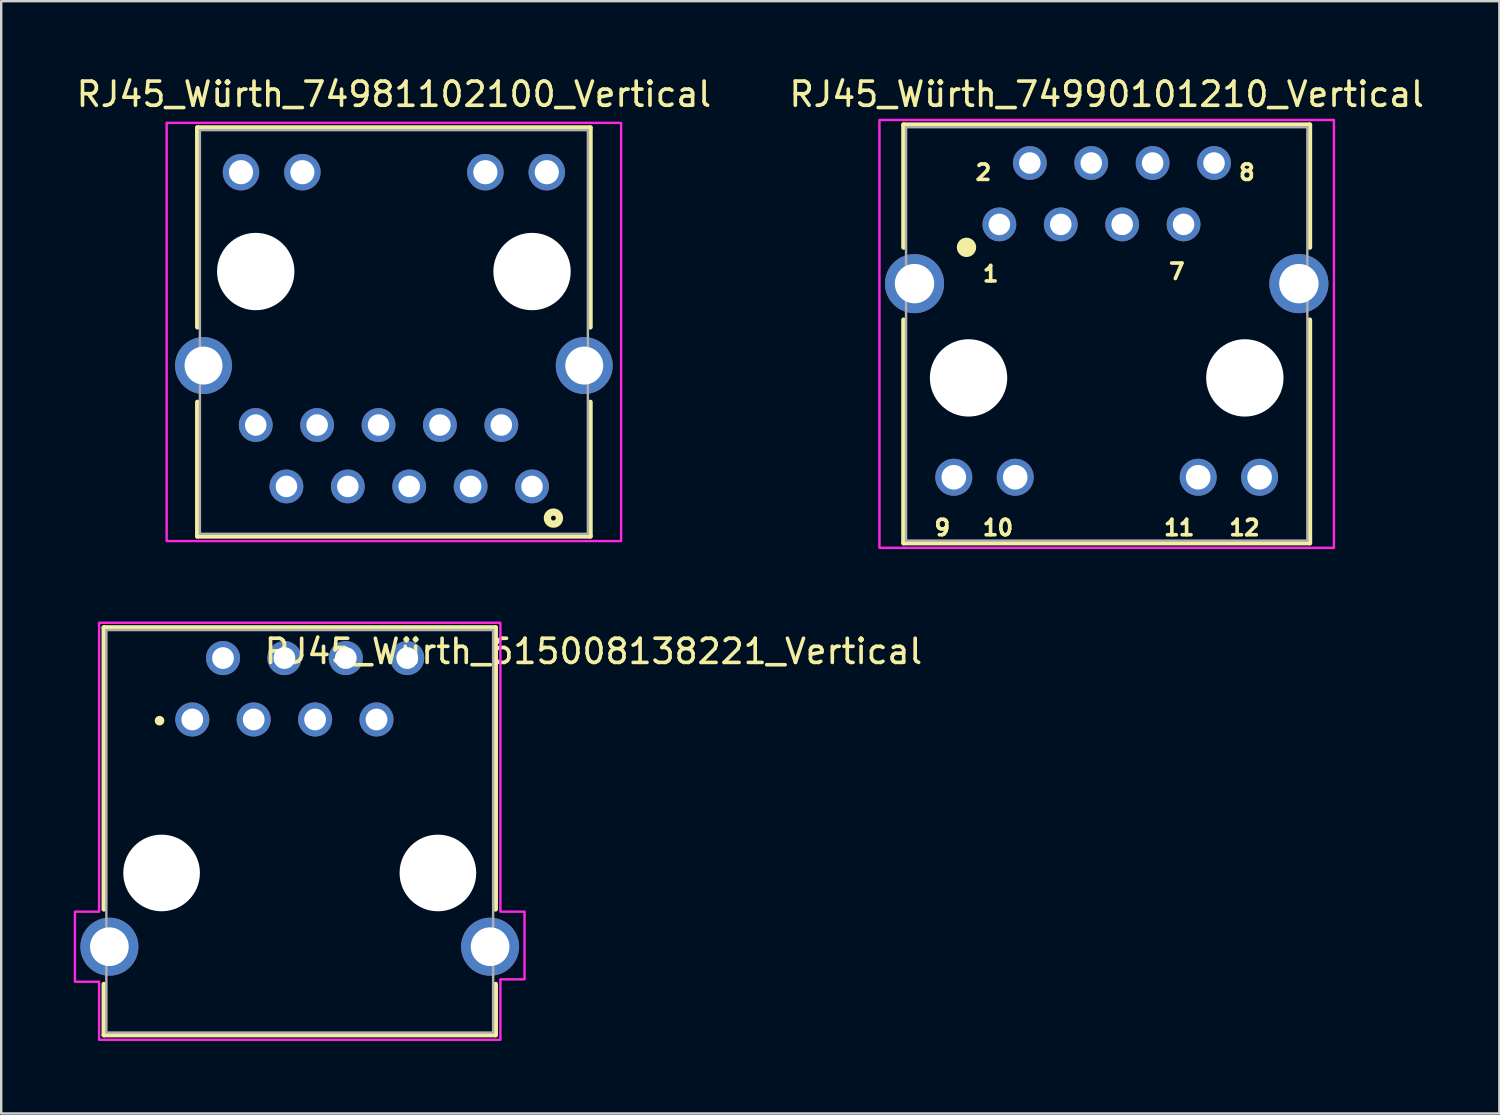
<source format=kicad_pcb>
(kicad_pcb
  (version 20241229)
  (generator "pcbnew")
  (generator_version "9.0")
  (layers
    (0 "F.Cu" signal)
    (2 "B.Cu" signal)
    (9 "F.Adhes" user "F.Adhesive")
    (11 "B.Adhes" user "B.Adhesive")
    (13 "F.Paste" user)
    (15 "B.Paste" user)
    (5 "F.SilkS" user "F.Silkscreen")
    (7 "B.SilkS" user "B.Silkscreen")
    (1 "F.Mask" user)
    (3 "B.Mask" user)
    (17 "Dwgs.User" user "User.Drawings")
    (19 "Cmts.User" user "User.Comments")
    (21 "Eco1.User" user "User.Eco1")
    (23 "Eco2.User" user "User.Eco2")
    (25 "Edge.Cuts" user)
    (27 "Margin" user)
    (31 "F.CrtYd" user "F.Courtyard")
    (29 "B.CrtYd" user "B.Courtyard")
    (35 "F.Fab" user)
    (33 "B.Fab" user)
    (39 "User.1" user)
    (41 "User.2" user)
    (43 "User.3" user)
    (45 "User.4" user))
  (footprint "RJ45_Würth_615008138221_Vertical"
    (layer "F.Cu")
    (at 9.35 31.338)
    (property "Reference" "RJ45_Würth_615008138221_Vertical" (at 12.15 -7.44 0) (layer "F.SilkS") (effects (font (size 1 1) (thickness 0.15))))
    (attr through_hole)
    (fp_line (start -8.1 -8.425) (end 8.1 -8.425) (stroke (width 0.2) (type solid)) (layer "F.SilkS"))
    (fp_line (start -8.1 3.225) (end -8.1 -8.425) (stroke (width 0.2) (type solid)) (layer "F.SilkS"))
    (fp_line (start -8.1 6.325) (end -8.1 8.425) (stroke (width 0.2) (type solid)) (layer "F.SilkS"))
    (fp_line (start -8.1 8.425) (end 8.1 8.425) (stroke (width 0.2) (type solid)) (layer "F.SilkS"))
    (fp_line (start 8.1 -8.425) (end 8.1 3.225) (stroke (width 0.2) (type solid)) (layer "F.SilkS"))
    (fp_line (start 8.1 8.425) (end 8.1 6.325) (stroke (width 0.2) (type solid)) (layer "F.SilkS"))
    (fp_circle (center -5.8 -4.575) (end -5.7 -4.575) (stroke (width 0.2) (type solid)) (fill no) (layer "F.SilkS"))
    (fp_poly (pts (xy -8.3 -8.625) (xy 8.3 -8.625) (xy 8.3 3.325) (xy 9.3 3.325) (xy 9.3 6.125) (xy 8.3 6.125) (xy 8.3 8.625) (xy -8.3 8.625) (xy -8.3 6.225) (xy -9.3 6.225) (xy -9.3 3.325) (xy -8.3 3.325)) (stroke (width 0.1) (type solid)) (fill no) (layer "F.CrtYd"))
    (fp_line (start -8 -8.325) (end 8 -8.325) (stroke (width 0.1) (type solid)) (layer "F.Fab"))
    (fp_line (start -8 8.325) (end -8 -8.325) (stroke (width 0.1) (type solid)) (layer "F.Fab"))
    (fp_line (start 8 -8.325) (end 8 8.325) (stroke (width 0.1) (type solid)) (layer "F.Fab"))
    (fp_line (start 8 8.325) (end -8 8.325) (stroke (width 0.1) (type solid)) (layer "F.Fab"))
    (pad "" np_thru_hole circle (at -5.715 1.725) (size 3.17 3.17) (drill 3.17) (layers "*.Cu" "*.Mask"))
    (pad "" np_thru_hole circle (at 5.715 1.725) (size 3.17 3.17) (drill 3.17) (layers "*.Cu" "*.Mask"))
    (pad "1" thru_hole circle (at -4.445 -4.625) (size 1.408 1.408) (drill 0.9) (layers "*.Cu" "*.Mask"))
    (pad "2" thru_hole circle (at -3.175 -7.165) (size 1.408 1.408) (drill 0.9) (layers "*.Cu" "*.Mask"))
    (pad "3" thru_hole circle (at -1.905 -4.625) (size 1.408 1.408) (drill 0.9) (layers "*.Cu" "*.Mask"))
    (pad "4" thru_hole circle (at -0.635 -7.165) (size 1.408 1.408) (drill 0.9) (layers "*.Cu" "*.Mask"))
    (pad "5" thru_hole circle (at 0.635 -4.625) (size 1.408 1.408) (drill 0.9) (layers "*.Cu" "*.Mask"))
    (pad "6" thru_hole circle (at 1.905 -7.165) (size 1.408 1.408) (drill 0.9) (layers "*.Cu" "*.Mask"))
    (pad "7" thru_hole circle (at 3.175 -4.625) (size 1.408 1.408) (drill 0.9) (layers "*.Cu" "*.Mask"))
    (pad "8" thru_hole circle (at 4.445 -7.165) (size 1.408 1.408) (drill 0.9) (layers "*.Cu" "*.Mask"))
    (pad "SH" thru_hole circle (at -7.875 4.775) (size 2.4 2.4) (drill 1.6) (layers "*.Cu" "*.Mask"))
    (pad "SH" thru_hole circle (at 7.875 4.775) (size 2.4 2.4) (drill 1.6) (layers "*.Cu" "*.Mask")))
  (footprint "RJ45_Würth_74981102100_Vertical"
    (layer "F.Cu")
    (at 13.244 8.183)
    (property "Reference" "RJ45_Würth_74981102100_Vertical" (at 0 -7.335 0) (layer "F.SilkS") (effects (font (size 1 1) (thickness 0.15))))
    (attr through_hole)
    (fp_line (start -8.125 -5.95) (end -8.125 2.3) (stroke (width 0.2) (type solid)) (layer "F.SilkS"))
    (fp_line (start -8.125 10.95) (end -8.125 5.4) (stroke (width 0.2) (type solid)) (layer "F.SilkS"))
    (fp_line (start 8.125 -5.95) (end -8.125 -5.95) (stroke (width 0.2) (type solid)) (layer "F.SilkS"))
    (fp_line (start 8.125 2.3) (end 8.125 -5.95) (stroke (width 0.2) (type solid)) (layer "F.SilkS"))
    (fp_line (start 8.125 10.95) (end -8.125 10.95) (stroke (width 0.2) (type solid)) (layer "F.SilkS"))
    (fp_line (start 8.125 10.95) (end 8.125 5.4) (stroke (width 0.2) (type solid)) (layer "F.SilkS"))
    (fp_circle (center 6.6 10.2) (end 6.7 10.2) (stroke (width 0.3) (type solid)) (fill no) (layer "F.SilkS"))
    (fp_poly (pts (xy -11.275 2.15) (xy -4.475 2.15) (xy -4.475 4.75) (xy -11.275 4.75)) (stroke (width 0.1) (type solid)) (fill yes) (layer "F.Paste"))
    (fp_poly (pts (xy -7.165 -5.41) (xy -4.965 -5.41) (xy -4.965 -2.81) (xy -7.165 -2.81)) (stroke (width 0.1) (type solid)) (fill yes) (layer "F.Paste"))
    (fp_poly (pts (xy -6.735 5.05) (xy -4.535 5.05) (xy -4.535 7.65) (xy -6.735 7.65)) (stroke (width 0.1) (type solid)) (fill yes) (layer "F.Paste"))
    (fp_poly (pts (xy -5.465 7.95) (xy -3.265 7.95) (xy -3.265 10.55) (xy -5.465 10.55)) (stroke (width 0.1) (type solid)) (fill yes) (layer "F.Paste"))
    (fp_poly (pts (xy -4.625 -5.41) (xy -2.425 -5.41) (xy -2.425 -2.81) (xy -4.625 -2.81)) (stroke (width 0.1) (type solid)) (fill yes) (layer "F.Paste"))
    (fp_poly (pts (xy -4.195 5.05) (xy -1.995 5.05) (xy -1.995 7.65) (xy -4.195 7.65)) (stroke (width 0.1) (type solid)) (fill yes) (layer "F.Paste"))
    (fp_poly (pts (xy -2.925 7.95) (xy -0.725 7.95) (xy -0.725 10.55) (xy -2.925 10.55)) (stroke (width 0.1) (type solid)) (fill yes) (layer "F.Paste"))
    (fp_poly (pts (xy -1.655 5.05) (xy 0.545 5.05) (xy 0.545 7.65) (xy -1.655 7.65)) (stroke (width 0.1) (type solid)) (fill yes) (layer "F.Paste"))
    (fp_poly (pts (xy -0.385 7.95) (xy 1.815 7.95) (xy 1.815 10.55) (xy -0.385 10.55)) (stroke (width 0.1) (type solid)) (fill yes) (layer "F.Paste"))
    (fp_poly (pts (xy 0.885 5.05) (xy 3.085 5.05) (xy 3.085 7.65) (xy 0.885 7.65)) (stroke (width 0.1) (type solid)) (fill yes) (layer "F.Paste"))
    (fp_poly (pts (xy 2.155 7.95) (xy 4.355 7.95) (xy 4.355 10.55) (xy 2.155 10.55)) (stroke (width 0.1) (type solid)) (fill yes) (layer "F.Paste"))
    (fp_poly (pts (xy 2.945 -5.41) (xy 5.145 -5.41) (xy 5.145 -2.81) (xy 2.945 -2.81)) (stroke (width 0.1) (type solid)) (fill yes) (layer "F.Paste"))
    (fp_poly (pts (xy 3.425 5.05) (xy 5.625 5.05) (xy 5.625 7.65) (xy 3.425 7.65)) (stroke (width 0.1) (type solid)) (fill yes) (layer "F.Paste"))
    (fp_poly (pts (xy 4.475 2.15) (xy 11.275 2.15) (xy 11.275 4.75) (xy 4.475 4.75)) (stroke (width 0.1) (type solid)) (fill yes) (layer "F.Paste"))
    (fp_poly (pts (xy 4.695 7.95) (xy 8.195 7.95) (xy 8.195 9.55) (xy 4.695 9.55)) (stroke (width 0.1) (type solid)) (fill yes) (layer "F.Paste"))
    (fp_poly (pts (xy 5.485 -5.41) (xy 7.685 -5.41) (xy 7.685 -2.81) (xy 5.485 -2.81)) (stroke (width 0.1) (type solid)) (fill yes) (layer "F.Paste"))
    (fp_poly (pts (xy 9.4 11.15) (xy -9.4 11.15) (xy -9.4 -6.15) (xy 9.4 -6.15)) (stroke (width 0.1) (type solid)) (fill no) (layer "F.CrtYd"))
    (fp_line (start -8.025 -5.85) (end 8.025 -5.85) (stroke (width 0.1) (type solid)) (layer "F.Fab"))
    (fp_line (start -8.025 10.85) (end -8.025 -5.85) (stroke (width 0.1) (type solid)) (layer "F.Fab"))
    (fp_line (start 8.025 -5.85) (end 8.025 10.85) (stroke (width 0.1) (type solid)) (layer "F.Fab"))
    (fp_line (start 8.025 10.85) (end -8.025 10.85) (stroke (width 0.1) (type solid)) (layer "F.Fab"))
    (pad "" np_thru_hole circle (at -5.715 0) (size 3.2 3.2) (drill 3.2) (layers "*.Cu" "*.Mask"))
    (pad "" np_thru_hole circle (at 5.715 0) (size 3.2 3.2) (drill 3.2) (layers "*.Cu" "*.Mask"))
    (pad "1" thru_hole circle (at 5.715 8.89) (size 1.398 1.398) (drill 0.89) (layers "*.Cu" "*.Mask"))
    (pad "2" thru_hole circle (at 4.445 6.35) (size 1.398 1.398) (drill 0.89) (layers "*.Cu" "*.Mask"))
    (pad "3" thru_hole circle (at 3.175 8.89) (size 1.398 1.398) (drill 0.89) (layers "*.Cu" "*.Mask"))
    (pad "4" thru_hole circle (at 1.905 6.35) (size 1.398 1.398) (drill 0.89) (layers "*.Cu" "*.Mask"))
    (pad "5" thru_hole circle (at 0.635 8.89) (size 1.398 1.398) (drill 0.89) (layers "*.Cu" "*.Mask"))
    (pad "6" thru_hole circle (at -0.635 6.35) (size 1.398 1.398) (drill 0.89) (layers "*.Cu" "*.Mask"))
    (pad "7" thru_hole circle (at -1.905 8.89) (size 1.398 1.398) (drill 0.89) (layers "*.Cu" "*.Mask"))
    (pad "8" thru_hole circle (at -3.175 6.35) (size 1.398 1.398) (drill 0.89) (layers "*.Cu" "*.Mask"))
    (pad "9" thru_hole circle (at -4.445 8.89) (size 1.398 1.398) (drill 0.89) (layers "*.Cu" "*.Mask"))
    (pad "10" thru_hole circle (at -5.715 6.35) (size 1.398 1.398) (drill 0.89) (layers "*.Cu" "*.Mask"))
    (pad "11" thru_hole circle (at 6.325 -4.11) (size 1.508 1.508) (drill 1) (layers "*.Cu" "*.Mask"))
    (pad "12" thru_hole circle (at 3.785 -4.11) (size 1.508 1.508) (drill 1) (layers "*.Cu" "*.Mask"))
    (pad "13" thru_hole circle (at -3.785 -4.11) (size 1.508 1.508) (drill 1) (layers "*.Cu" "*.Mask"))
    (pad "14" thru_hole circle (at -6.325 -4.11) (size 1.508 1.508) (drill 1) (layers "*.Cu" "*.Mask"))
    (pad "S1" thru_hole circle (at 7.875 3.89) (size 2.355 2.355) (drill 1.57) (layers "*.Cu" "*.Mask"))
    (pad "S2" thru_hole circle (at -7.875 3.89) (size 2.355 2.355) (drill 1.57) (layers "*.Cu" "*.Mask")))
  (footprint "RJ45_Würth_74990101210_Vertical"
    (layer "F.Cu")
    (at 42.732 12.583)
    (property "Reference" "RJ45_Würth_74990101210_Vertical" (at 0 -11.735 0) (layer "F.SilkS") (effects (font (size 1 1) (thickness 0.15))))
    (attr through_hole)
    (fp_line (start -8.4 -5.4) (end -8.4 -10.47) (stroke (width 0.2) (type solid)) (layer "F.SilkS"))
    (fp_line (start -8.4 -2.4) (end -8.4 6.83) (stroke (width 0.2) (type solid)) (layer "F.SilkS"))
    (fp_line (start 8.4 -10.47) (end -8.4 -10.47) (stroke (width 0.2) (type solid)) (layer "F.SilkS"))
    (fp_line (start 8.4 -5.4) (end 8.4 -10.47) (stroke (width 0.2) (type solid)) (layer "F.SilkS"))
    (fp_line (start 8.4 -2.4) (end 8.4 6.83) (stroke (width 0.2) (type solid)) (layer "F.SilkS"))
    (fp_line (start 8.4 6.83) (end -8.4 6.83) (stroke (width 0.2) (type solid)) (layer "F.SilkS"))
    (fp_circle (center -5.8 -5.4) (end -5.6 -5.4) (stroke (width 0.4) (type solid)) (fill no) (layer "F.SilkS"))
    (fp_poly (pts (xy -9.4 -10.67) (xy 9.4 -10.67) (xy 9.4 7.03) (xy -9.4 7.03)) (stroke (width 0.1) (type solid)) (fill no) (layer "F.CrtYd"))
    (fp_line (start -8.3 -10.37) (end 8.3 -10.37) (stroke (width 0.1) (type solid)) (layer "F.Fab"))
    (fp_line (start -8.3 6.73) (end -8.3 -10.37) (stroke (width 0.1) (type solid)) (layer "F.Fab"))
    (fp_line (start 8.3 -10.37) (end 8.3 6.73) (stroke (width 0.1) (type solid)) (layer "F.Fab"))
    (fp_line (start 8.3 6.73) (end -8.3 6.73) (stroke (width 0.1) (type solid)) (layer "F.Fab"))
    (fp_text user "7" (at 2.9 -4.4 0) (layer "F.SilkS") (effects (font (size 0.64 0.64) (thickness 0.15))))
    (fp_text user "12" (at 5.7 6.2 0) (layer "F.SilkS") (effects (font (size 0.64 0.64) (thickness 0.15))))
    (fp_text user "10" (at -4.5 6.2 0) (layer "F.SilkS") (effects (font (size 0.64 0.64) (thickness 0.15))))
    (fp_text user "2" (at -5.1 -8.5 0) (layer "F.SilkS") (effects (font (size 0.64 0.64) (thickness 0.15))))
    (fp_text user "8" (at 5.8 -8.5 0) (layer "F.SilkS") (effects (font (size 0.64 0.64) (thickness 0.15))))
    (fp_text user "9" (at -6.8 6.2 0) (layer "F.SilkS") (effects (font (size 0.64 0.64) (thickness 0.15))))
    (fp_text user "1" (at -4.8 -4.3 0) (layer "F.SilkS") (effects (font (size 0.64 0.64) (thickness 0.15))))
    (fp_text user "11" (at 3 6.2 0) (layer "F.SilkS") (effects (font (size 0.64 0.64) (thickness 0.15))))
    (pad "" np_thru_hole circle (at -5.715 0) (size 3.2 3.2) (drill 3.2) (layers "*.Cu" "*.Mask"))
    (pad "" np_thru_hole circle (at 5.715 0) (size 3.2 3.2) (drill 3.2) (layers "*.Cu" "*.Mask"))
    (pad "1" thru_hole circle (at -4.44 -6.35) (size 1.398 1.398) (drill 0.89) (layers "*.Cu" "*.Mask"))
    (pad "2" thru_hole circle (at -3.18 -8.89) (size 1.398 1.398) (drill 0.89) (layers "*.Cu" "*.Mask"))
    (pad "3" thru_hole circle (at -1.9 -6.35) (size 1.398 1.398) (drill 0.89) (layers "*.Cu" "*.Mask"))
    (pad "4" thru_hole circle (at -0.64 -8.89) (size 1.398 1.398) (drill 0.89) (layers "*.Cu" "*.Mask"))
    (pad "5" thru_hole circle (at 0.64 -6.35) (size 1.398 1.398) (drill 0.89) (layers "*.Cu" "*.Mask"))
    (pad "6" thru_hole circle (at 1.9 -8.89) (size 1.398 1.398) (drill 0.89) (layers "*.Cu" "*.Mask"))
    (pad "7" thru_hole circle (at 3.18 -6.35) (size 1.398 1.398) (drill 0.89) (layers "*.Cu" "*.Mask"))
    (pad "8" thru_hole circle (at 4.44 -8.89) (size 1.398 1.398) (drill 0.89) (layers "*.Cu" "*.Mask"))
    (pad "9" thru_hole circle (at -6.325 4.11) (size 1.53 1.53) (drill 1.02) (layers "*.Cu" "*.Mask"))
    (pad "10" thru_hole circle (at -3.785 4.11) (size 1.53 1.53) (drill 1.02) (layers "*.Cu" "*.Mask"))
    (pad "11" thru_hole circle (at 3.785 4.11) (size 1.53 1.53) (drill 1.02) (layers "*.Cu" "*.Mask"))
    (pad "12" thru_hole circle (at 6.325 4.11) (size 1.53 1.53) (drill 1.02) (layers "*.Cu" "*.Mask"))
    (pad "SH" thru_hole circle (at -7.95 -3.9) (size 2.445 2.445) (drill 1.63) (layers "*.Cu" "*.Mask"))
    (pad "SH" thru_hole circle (at 7.95 -3.9) (size 2.445 2.445) (drill 1.63) (layers "*.Cu" "*.Mask")))
  (gr_rect
    (start -3 -3)
    (end 58.976 43.013)
    (stroke (width 0.1) (type default))
    (fill no)
    (layer "Edge.Cuts")))
</source>
